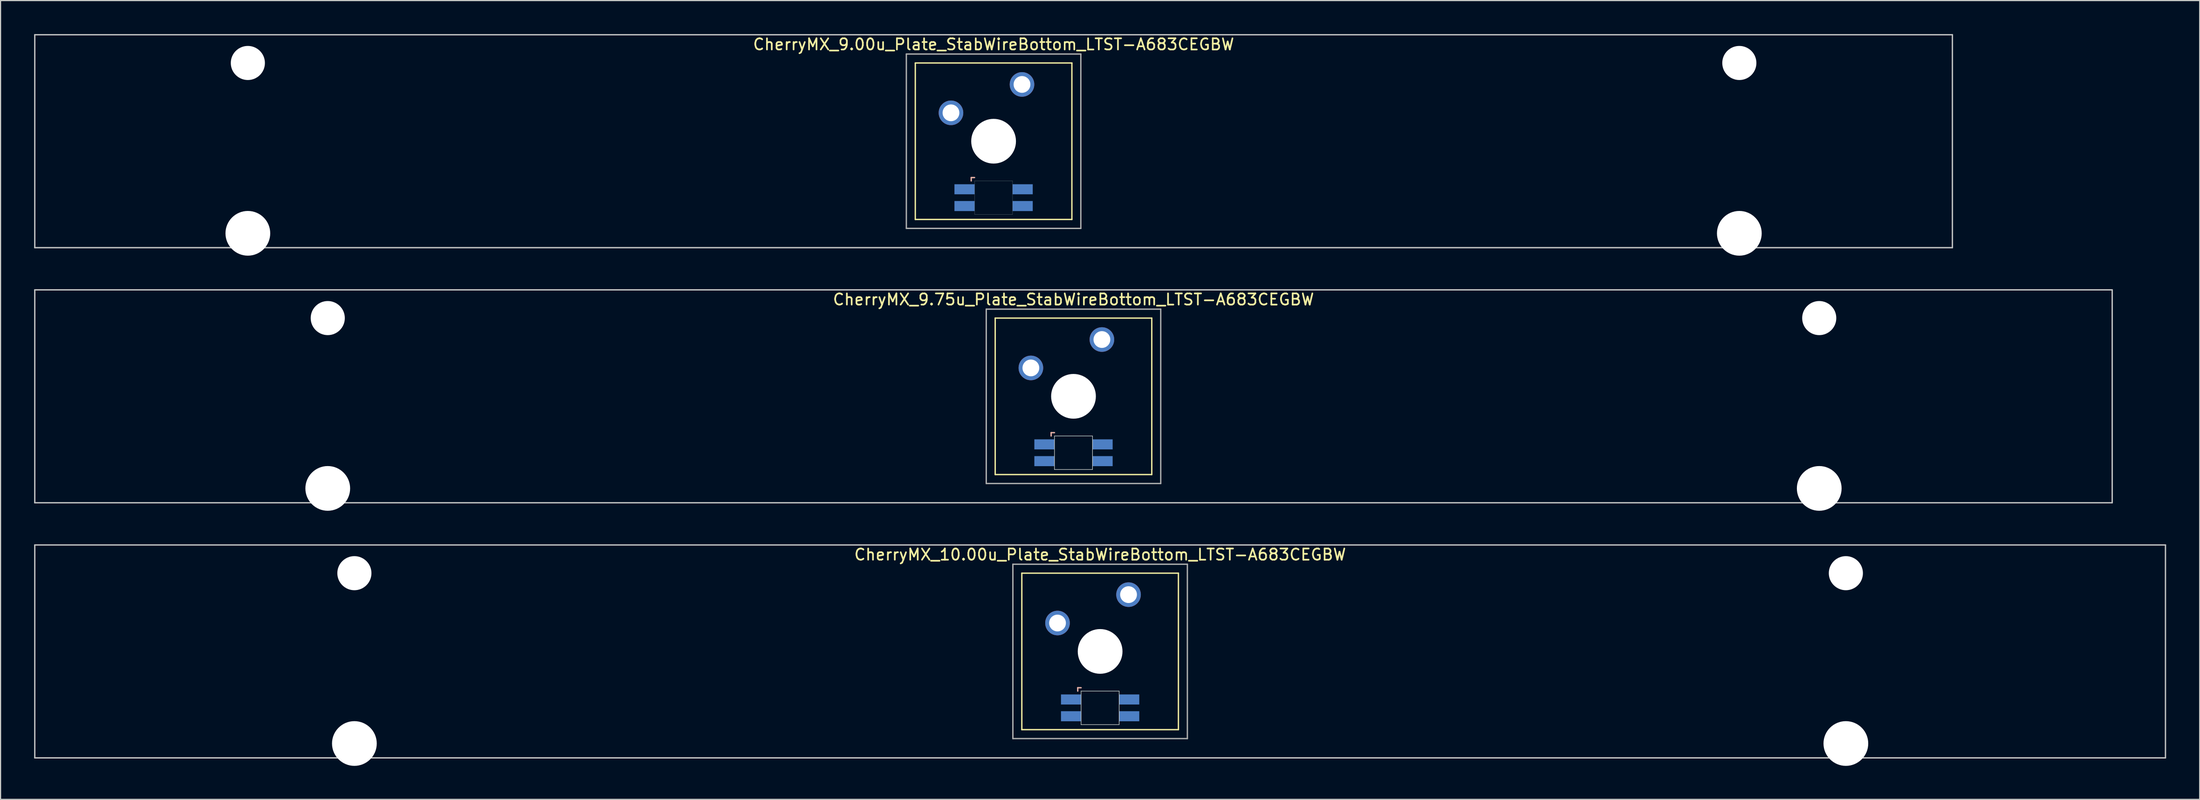
<source format=kicad_pcb>
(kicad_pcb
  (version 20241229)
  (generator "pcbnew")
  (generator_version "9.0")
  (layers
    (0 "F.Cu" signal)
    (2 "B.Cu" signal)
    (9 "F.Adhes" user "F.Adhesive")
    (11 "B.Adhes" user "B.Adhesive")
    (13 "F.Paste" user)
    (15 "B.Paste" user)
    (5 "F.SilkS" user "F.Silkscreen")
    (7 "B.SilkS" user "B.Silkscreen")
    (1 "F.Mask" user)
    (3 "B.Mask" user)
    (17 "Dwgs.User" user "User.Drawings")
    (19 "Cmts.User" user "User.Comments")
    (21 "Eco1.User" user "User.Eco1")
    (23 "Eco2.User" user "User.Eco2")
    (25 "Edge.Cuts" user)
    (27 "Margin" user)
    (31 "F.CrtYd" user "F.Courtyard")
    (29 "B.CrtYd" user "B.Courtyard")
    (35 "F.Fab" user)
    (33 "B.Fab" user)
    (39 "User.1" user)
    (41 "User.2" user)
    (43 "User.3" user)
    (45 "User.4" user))
  (footprint "CherryMX_10.00u_Plate_StabWireBottom_LTST-A683CEGBW"
    (layer "F.Cu")
    (at 95.31 55.235)
    (property "Reference" "CherryMX_10.00u_Plate_StabWireBottom_LTST-A683CEGBW" (at 0 -8.662 0) (layer "F.SilkS") (effects (font (size 1 1) (thickness 0.15))))
    (attr through_hole)
    (fp_line (start -7 -7) (end -7 7) (stroke (width 0.12) (type solid)) (layer "F.SilkS"))
    (fp_line (start -7 -7) (end 7 -7) (stroke (width 0.12) (type solid)) (layer "F.SilkS"))
    (fp_line (start 7 -7) (end 7 7) (stroke (width 0.12) (type solid)) (layer "F.SilkS"))
    (fp_line (start 7 7) (end -7 7) (stroke (width 0.12) (type solid)) (layer "F.SilkS"))
    (fp_line (start -2 3.25) (end -2 3.55) (stroke (width 0.12) (type solid)) (layer "B.SilkS"))
    (fp_line (start -1.7 3.25) (end -2 3.25) (stroke (width 0.12) (type solid)) (layer "B.SilkS"))
    (fp_line (start -95.25 -9.525) (end 95.25 -9.525) (stroke (width 0.12) (type solid)) (layer "Dwgs.User"))
    (fp_line (start -95.25 9.525) (end -95.25 -9.525) (stroke (width 0.12) (type solid)) (layer "Dwgs.User"))
    (fp_line (start 95.25 -9.525) (end 95.25 9.525) (stroke (width 0.12) (type solid)) (layer "Dwgs.User"))
    (fp_line (start 95.25 9.525) (end -95.25 9.525) (stroke (width 0.12) (type solid)) (layer "Dwgs.User"))
    (fp_line (start -1.7 3.55) (end 1.7 3.55) (stroke (width 0.05) (type solid)) (layer "Edge.Cuts"))
    (fp_line (start -1.7 6.55) (end -1.7 3.55) (stroke (width 0.05) (type solid)) (layer "Edge.Cuts"))
    (fp_line (start 1.7 3.55) (end 1.7 6.55) (stroke (width 0.05) (type solid)) (layer "Edge.Cuts"))
    (fp_line (start 1.7 6.55) (end -1.7 6.55) (stroke (width 0.05) (type solid)) (layer "Edge.Cuts"))
    (fp_line (start -7.8 -7.8) (end -7.8 7.8) (stroke (width 0.12) (type solid)) (layer "F.Fab"))
    (fp_line (start -7.8 -7.8) (end 7.8 -7.8) (stroke (width 0.12) (type solid)) (layer "F.Fab"))
    (fp_line (start -7.8 7.8) (end 7.8 7.8) (stroke (width 0.12) (type solid)) (layer "F.Fab"))
    (fp_line (start 7.8 -7.8) (end 7.8 7.8) (stroke (width 0.12) (type solid)) (layer "F.Fab"))
    (pad "" np_thru_hole circle (at -66.675 -7) (size 3.05 3.05) (drill 3.05) (layers "*.Cu" "*.Mask"))
    (pad "" np_thru_hole circle (at -66.675 8.24) (size 4 4) (drill 4) (layers "*.Cu" "*.Mask"))
    (pad "" np_thru_hole circle (at 0 0) (size 4 4) (drill 4) (layers "*.Cu" "*.Mask"))
    (pad "" np_thru_hole circle (at 66.675 -7) (size 3.05 3.05) (drill 3.05) (layers "*.Cu" "*.Mask"))
    (pad "" np_thru_hole circle (at 66.675 8.24) (size 4 4) (drill 4) (layers "*.Cu" "*.Mask"))
    (pad "1" thru_hole circle (at -3.81 -2.54) (size 2.2 2.2) (drill 1.5) (layers "*.Cu" "*.Mask"))
    (pad "2" thru_hole circle (at 2.54 -5.08) (size 2.2 2.2) (drill 1.5) (layers "*.Cu" "*.Mask"))
    (pad "3" smd rect (at -2.6 4.3) (size 1.8 0.9) (layers "B.Cu" "B.Mask" "B.Paste"))
    (pad "4" smd rect (at -2.6 5.8) (size 1.8 0.9) (layers "B.Cu" "B.Mask" "B.Paste"))
    (pad "5" smd rect (at 2.6 4.3) (size 1.8 0.9) (layers "B.Cu" "B.Mask" "B.Paste"))
    (pad "6" smd rect (at 2.6 5.8) (size 1.8 0.9) (layers "B.Cu" "B.Mask" "B.Paste")))
  (footprint "CherryMX_9.75u_Plate_StabWireBottom_LTST-A683CEGBW"
    (layer "F.Cu")
    (at 92.929 32.41)
    (property "Reference" "CherryMX_9.75u_Plate_StabWireBottom_LTST-A683CEGBW" (at 0 -8.662 0) (layer "F.SilkS") (effects (font (size 1 1) (thickness 0.15))))
    (attr through_hole)
    (fp_line (start -7 -7) (end -7 7) (stroke (width 0.12) (type solid)) (layer "F.SilkS"))
    (fp_line (start -7 -7) (end 7 -7) (stroke (width 0.12) (type solid)) (layer "F.SilkS"))
    (fp_line (start 7 -7) (end 7 7) (stroke (width 0.12) (type solid)) (layer "F.SilkS"))
    (fp_line (start 7 7) (end -7 7) (stroke (width 0.12) (type solid)) (layer "F.SilkS"))
    (fp_line (start -2 3.25) (end -2 3.55) (stroke (width 0.12) (type solid)) (layer "B.SilkS"))
    (fp_line (start -1.7 3.25) (end -2 3.25) (stroke (width 0.12) (type solid)) (layer "B.SilkS"))
    (fp_line (start -92.869 -9.525) (end 92.869 -9.525) (stroke (width 0.12) (type solid)) (layer "Dwgs.User"))
    (fp_line (start -92.869 9.525) (end -92.869 -9.525) (stroke (width 0.12) (type solid)) (layer "Dwgs.User"))
    (fp_line (start 92.869 -9.525) (end 92.869 9.525) (stroke (width 0.12) (type solid)) (layer "Dwgs.User"))
    (fp_line (start 92.869 9.525) (end -92.869 9.525) (stroke (width 0.12) (type solid)) (layer "Dwgs.User"))
    (fp_line (start -1.7 3.55) (end 1.7 3.55) (stroke (width 0.05) (type solid)) (layer "Edge.Cuts"))
    (fp_line (start -1.7 6.55) (end -1.7 3.55) (stroke (width 0.05) (type solid)) (layer "Edge.Cuts"))
    (fp_line (start 1.7 3.55) (end 1.7 6.55) (stroke (width 0.05) (type solid)) (layer "Edge.Cuts"))
    (fp_line (start 1.7 6.55) (end -1.7 6.55) (stroke (width 0.05) (type solid)) (layer "Edge.Cuts"))
    (fp_line (start -7.8 -7.8) (end -7.8 7.8) (stroke (width 0.12) (type solid)) (layer "F.Fab"))
    (fp_line (start -7.8 -7.8) (end 7.8 -7.8) (stroke (width 0.12) (type solid)) (layer "F.Fab"))
    (fp_line (start -7.8 7.8) (end 7.8 7.8) (stroke (width 0.12) (type solid)) (layer "F.Fab"))
    (fp_line (start 7.8 -7.8) (end 7.8 7.8) (stroke (width 0.12) (type solid)) (layer "F.Fab"))
    (pad "" np_thru_hole circle (at -66.675 -7) (size 3.05 3.05) (drill 3.05) (layers "*.Cu" "*.Mask"))
    (pad "" np_thru_hole circle (at -66.675 8.24) (size 4 4) (drill 4) (layers "*.Cu" "*.Mask"))
    (pad "" np_thru_hole circle (at 0 0) (size 4 4) (drill 4) (layers "*.Cu" "*.Mask"))
    (pad "" np_thru_hole circle (at 66.675 -7) (size 3.05 3.05) (drill 3.05) (layers "*.Cu" "*.Mask"))
    (pad "" np_thru_hole circle (at 66.675 8.24) (size 4 4) (drill 4) (layers "*.Cu" "*.Mask"))
    (pad "1" thru_hole circle (at -3.81 -2.54) (size 2.2 2.2) (drill 1.5) (layers "*.Cu" "*.Mask"))
    (pad "2" thru_hole circle (at 2.54 -5.08) (size 2.2 2.2) (drill 1.5) (layers "*.Cu" "*.Mask"))
    (pad "3" smd rect (at -2.6 4.3) (size 1.8 0.9) (layers "B.Cu" "B.Mask" "B.Paste"))
    (pad "4" smd rect (at -2.6 5.8) (size 1.8 0.9) (layers "B.Cu" "B.Mask" "B.Paste"))
    (pad "5" smd rect (at 2.6 4.3) (size 1.8 0.9) (layers "B.Cu" "B.Mask" "B.Paste"))
    (pad "6" smd rect (at 2.6 5.8) (size 1.8 0.9) (layers "B.Cu" "B.Mask" "B.Paste")))
  (footprint "CherryMX_9.00u_Plate_StabWireBottom_LTST-A683CEGBW"
    (layer "F.Cu")
    (at 85.785 9.585)
    (property "Reference" "CherryMX_9.00u_Plate_StabWireBottom_LTST-A683CEGBW" (at 0 -8.662 0) (layer "F.SilkS") (effects (font (size 1 1) (thickness 0.15))))
    (attr through_hole)
    (fp_line (start -7 -7) (end -7 7) (stroke (width 0.12) (type solid)) (layer "F.SilkS"))
    (fp_line (start -7 -7) (end 7 -7) (stroke (width 0.12) (type solid)) (layer "F.SilkS"))
    (fp_line (start 7 -7) (end 7 7) (stroke (width 0.12) (type solid)) (layer "F.SilkS"))
    (fp_line (start 7 7) (end -7 7) (stroke (width 0.12) (type solid)) (layer "F.SilkS"))
    (fp_line (start -2 3.25) (end -2 3.55) (stroke (width 0.12) (type solid)) (layer "B.SilkS"))
    (fp_line (start -1.7 3.25) (end -2 3.25) (stroke (width 0.12) (type solid)) (layer "B.SilkS"))
    (fp_line (start -85.725 -9.525) (end 85.725 -9.525) (stroke (width 0.12) (type solid)) (layer "Dwgs.User"))
    (fp_line (start -85.725 9.525) (end -85.725 -9.525) (stroke (width 0.12) (type solid)) (layer "Dwgs.User"))
    (fp_line (start 85.725 -9.525) (end 85.725 9.525) (stroke (width 0.12) (type solid)) (layer "Dwgs.User"))
    (fp_line (start 85.725 9.525) (end -85.725 9.525) (stroke (width 0.12) (type solid)) (layer "Dwgs.User"))
    (fp_poly (pts (xy 1.7 6.55) (xy -1.7 6.55) (xy -1.7 3.55) (xy 1.7 3.55)) (stroke (width 0.01) (type solid)) (fill no) (layer "Edge.Cuts"))
    (fp_line (start -7.8 -7.8) (end -7.8 7.8) (stroke (width 0.12) (type solid)) (layer "F.Fab"))
    (fp_line (start -7.8 -7.8) (end 7.8 -7.8) (stroke (width 0.12) (type solid)) (layer "F.Fab"))
    (fp_line (start -7.8 7.8) (end 7.8 7.8) (stroke (width 0.12) (type solid)) (layer "F.Fab"))
    (fp_line (start 7.8 -7.8) (end 7.8 7.8) (stroke (width 0.12) (type solid)) (layer "F.Fab"))
    (pad "" np_thru_hole circle (at -66.675 -7) (size 3.05 3.05) (drill 3.05) (layers "*.Cu" "*.Mask"))
    (pad "" np_thru_hole circle (at -66.675 8.24) (size 4 4) (drill 4) (layers "*.Cu" "*.Mask"))
    (pad "" np_thru_hole circle (at 0 0) (size 4 4) (drill 4) (layers "*.Cu" "*.Mask"))
    (pad "" np_thru_hole circle (at 66.675 -7) (size 3.05 3.05) (drill 3.05) (layers "*.Cu" "*.Mask"))
    (pad "" np_thru_hole circle (at 66.675 8.24) (size 4 4) (drill 4) (layers "*.Cu" "*.Mask"))
    (pad "1" thru_hole circle (at -3.81 -2.54) (size 2.2 2.2) (drill 1.5) (layers "*.Cu" "*.Mask"))
    (pad "2" thru_hole circle (at 2.54 -5.08) (size 2.2 2.2) (drill 1.5) (layers "*.Cu" "*.Mask"))
    (pad "3" smd rect (at -2.6 4.3) (size 1.8 0.9) (layers "B.Cu" "B.Mask" "B.Paste"))
    (pad "4" smd rect (at -2.6 5.8) (size 1.8 0.9) (layers "B.Cu" "B.Mask" "B.Paste"))
    (pad "5" smd rect (at 2.6 4.3) (size 1.8 0.9) (layers "B.Cu" "B.Mask" "B.Paste"))
    (pad "6" smd rect (at 2.6 5.8) (size 1.8 0.9) (layers "B.Cu" "B.Mask" "B.Paste")))
  (gr_rect
    (start -3 -3)
    (end 193.62 68.475)
    (stroke (width 0.1) (type default))
    (fill no)
    (layer "Edge.Cuts")))
</source>
